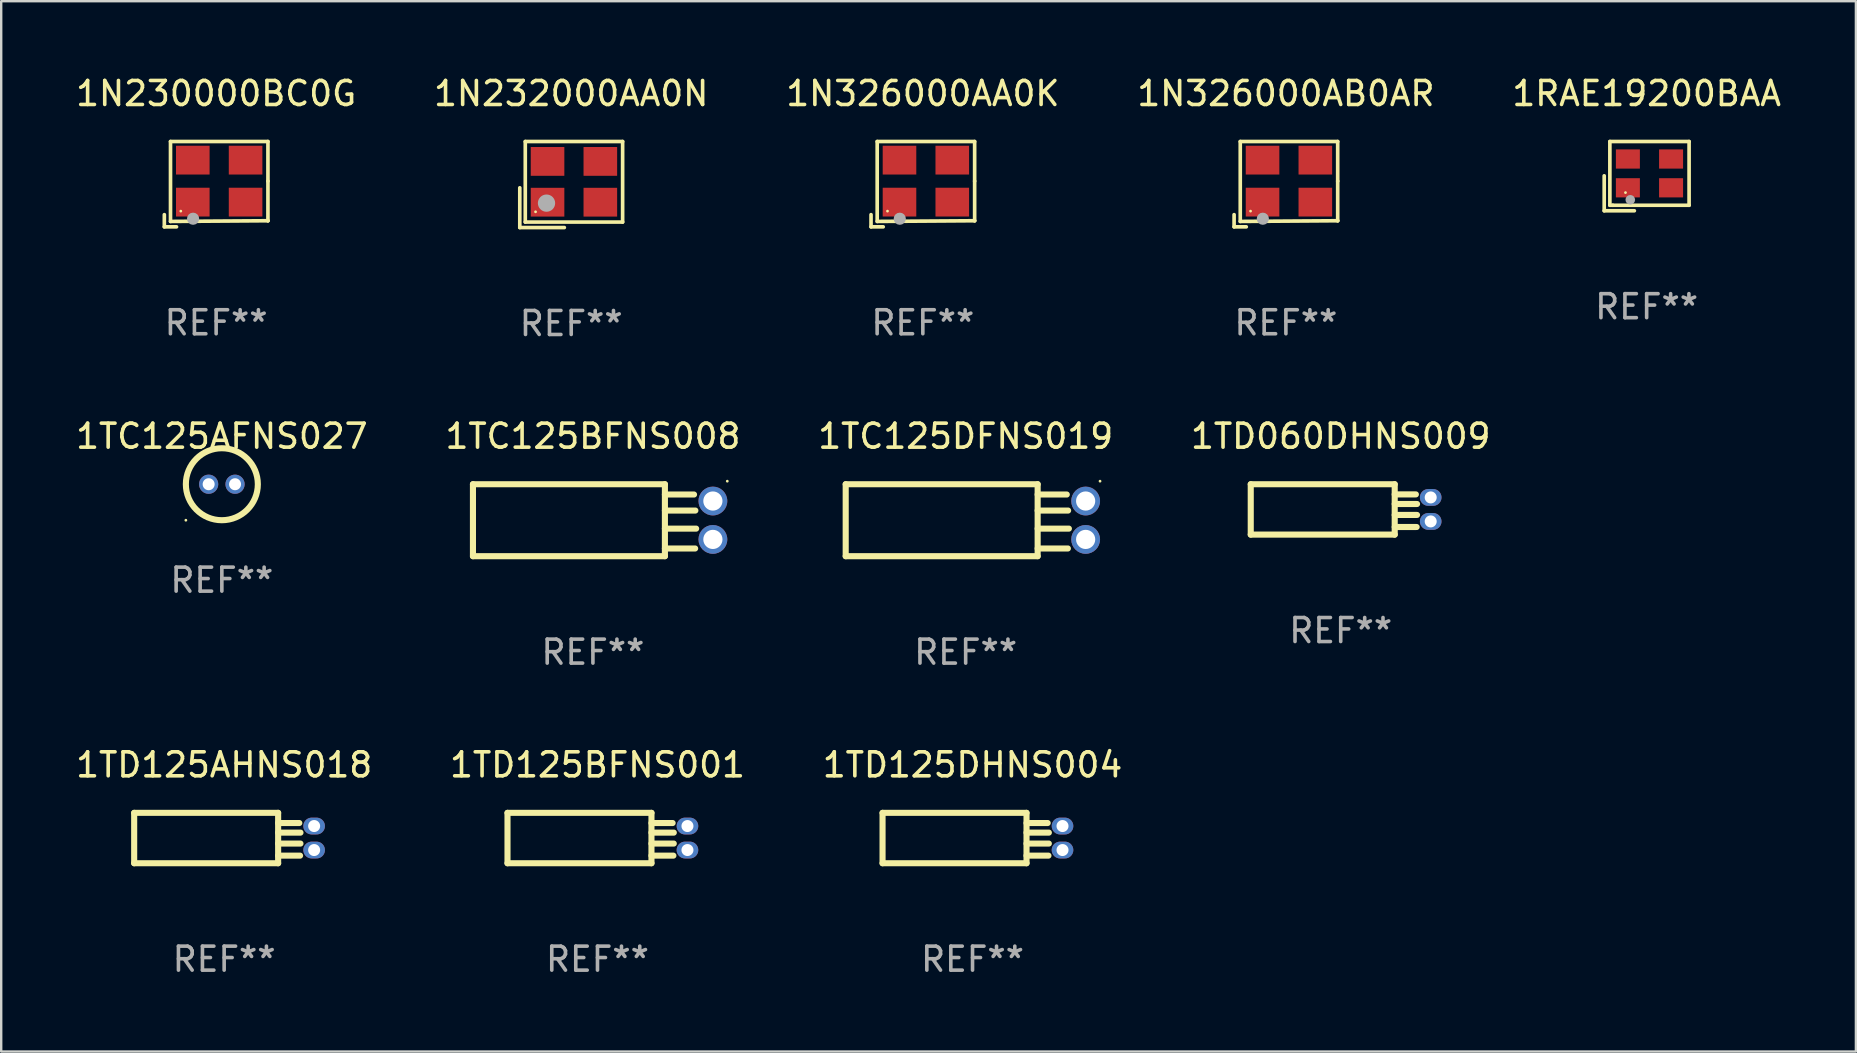
<source format=kicad_pcb>
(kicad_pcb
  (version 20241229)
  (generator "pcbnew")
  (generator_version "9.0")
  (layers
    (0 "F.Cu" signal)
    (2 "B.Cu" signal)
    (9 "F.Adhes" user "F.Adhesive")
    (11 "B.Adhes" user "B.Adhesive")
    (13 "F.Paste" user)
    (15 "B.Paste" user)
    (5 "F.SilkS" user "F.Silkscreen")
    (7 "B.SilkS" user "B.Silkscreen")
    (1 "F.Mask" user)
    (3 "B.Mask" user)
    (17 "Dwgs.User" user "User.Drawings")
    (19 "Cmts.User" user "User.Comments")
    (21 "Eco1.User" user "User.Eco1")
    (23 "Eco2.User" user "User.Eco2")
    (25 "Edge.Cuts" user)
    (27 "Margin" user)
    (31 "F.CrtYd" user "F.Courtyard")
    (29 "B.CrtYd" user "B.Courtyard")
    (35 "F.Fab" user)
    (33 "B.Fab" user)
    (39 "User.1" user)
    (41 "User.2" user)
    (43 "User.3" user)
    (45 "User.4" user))
  (footprint "1TD125BFNS001"
    (layer "F.Cu")
    (at 21.851 31.877)
    (property "Reference" "1TD125BFNS001" (at 0 -3.05 0) (layer "F.SilkS") (effects (font (size 1 1) (thickness 0.15))))
    (attr through_hole)
    (fp_line (start -3.75 -1.05) (end -3.75 1.05) (stroke (width 0.254) (type solid)) (layer "F.SilkS"))
    (fp_line (start 2.25 -1.05) (end -3.75 -1.05) (stroke (width 0.254) (type solid)) (layer "F.SilkS"))
    (fp_line (start 2.25 -1.05) (end 2.25 1.05) (stroke (width 0.254) (type solid)) (layer "F.SilkS"))
    (fp_line (start 2.25 -0.626) (end 3.132 -0.626) (stroke (width 0.254) (type solid)) (layer "F.SilkS"))
    (fp_line (start 2.25 -0.226) (end 3.181 -0.226) (stroke (width 0.254) (type solid)) (layer "F.SilkS"))
    (fp_line (start 2.25 0.23) (end 3.18 0.23) (stroke (width 0.254) (type solid)) (layer "F.SilkS"))
    (fp_line (start 2.25 0.733) (end 3.164 0.733) (stroke (width 0.254) (type solid)) (layer "F.SilkS"))
    (fp_line (start 2.25 1.05) (end -3.75 1.05) (stroke (width 0.254) (type solid)) (layer "F.SilkS"))
    (fp_circle (center -3.74 -0.98) (end -3.71 -0.98) (stroke (width 0.06) (type solid)) (fill no) (layer "F.SilkS"))
    (fp_text user "REF**" (at 0 5.05 0) (layer "F.Fab") (effects (font (size 1 1) (thickness 0.15))))
    (pad "1" thru_hole oval (at 3.75 -0.5) (size 0.9 0.7) (drill 0.5) (layers "*.Cu" "*.Mask"))
    (pad "2" thru_hole oval (at 3.75 0.5) (size 0.9 0.7) (drill 0.5) (layers "*.Cu" "*.Mask")))
  (footprint "1TC125AFNS027"
    (layer "F.Cu")
    (at 6.196 17.131)
    (property "Reference" "1TC125AFNS027" (at 0 -2 0) (layer "F.SilkS") (effects (font (size 1 1) (thickness 0.15))))
    (attr through_hole)
    (fp_circle (center -1.5 1.5) (end -1.47 1.5) (stroke (width 0.06) (type solid)) (fill no) (layer "F.SilkS"))
    (fp_circle (center 0 0) (end 1.5 0) (stroke (width 0.254) (type solid)) (fill no) (layer "F.SilkS"))
    (fp_text user "REF**" (at 0 4 0) (layer "F.Fab") (effects (font (size 1 1) (thickness 0.15))))
    (pad "1" thru_hole circle (at -0.55 0) (size 0.8 0.8) (drill 0.5) (layers "*.Cu" "*.Mask"))
    (pad "2" thru_hole circle (at 0.55 0) (size 0.8 0.8) (drill 0.5) (layers "*.Cu" "*.Mask")))
  (footprint "1N232000AA0N"
    (layer "F.Cu")
    (at 20.756 4.641)
    (property "Reference" "1N232000AA0N" (at 0 -3.793 0) (layer "F.SilkS") (effects (font (size 1 1) (thickness 0.15))))
    (attr through_hole)
    (fp_line (start -2.143 0.136) (end -2.143 1.793) (stroke (width 0.152) (type solid)) (layer "F.SilkS"))
    (fp_line (start -2.143 1.793) (end -0.286 1.793) (stroke (width 0.152) (type solid)) (layer "F.SilkS"))
    (fp_line (start -1.914 -1.793) (end 2.143 -1.793) (stroke (width 0.152) (type solid)) (layer "F.SilkS"))
    (fp_line (start -1.914 1.564) (end -1.914 -1.793) (stroke (width 0.152) (type solid)) (layer "F.SilkS"))
    (fp_line (start 2.143 -1.793) (end 2.143 1.564) (stroke (width 0.152) (type solid)) (layer "F.SilkS"))
    (fp_line (start 2.143 1.564) (end -1.914 1.564) (stroke (width 0.152) (type solid)) (layer "F.SilkS"))
    (fp_circle (center -1.486 1.136) (end -1.456 1.136) (stroke (width 0.06) (type solid)) (fill no) (layer "F.SilkS"))
    (fp_circle (center -1.029 0.775) (end -0.849 0.775) (stroke (width 0.36) (type solid)) (fill no) (layer "F.Fab"))
    (fp_text user "REF**" (at 0 5.793 0) (layer "F.Fab") (effects (font (size 1 1) (thickness 0.15))))
    (pad "1" smd rect (at -0.986 0.736) (size 1.4 1.2) (layers "F.Cu" "F.Mask" "F.Paste"))
    (pad "2" smd rect (at 1.214 0.736) (size 1.4 1.2) (layers "F.Cu" "F.Mask" "F.Paste"))
    (pad "3" smd rect (at 1.214 -0.964) (size 1.4 1.2) (layers "F.Cu" "F.Mask" "F.Paste"))
    (pad "4" smd rect (at -0.986 -0.964) (size 1.4 1.2) (layers "F.Cu" "F.Mask" "F.Paste")))
  (footprint "1N326000AA0K"
    (layer "F.Cu")
    (at 35.411 4.626)
    (property "Reference" "1N326000AA0K" (at 0 -3.778 0) (layer "F.SilkS") (effects (font (size 1 1) (thickness 0.15))))
    (attr through_hole)
    (fp_line (start -2.159 1.27) (end -2.159 1.778) (stroke (width 0.152) (type solid)) (layer "F.SilkS"))
    (fp_line (start -2.159 1.778) (end -1.651 1.778) (stroke (width 0.152) (type solid)) (layer "F.SilkS"))
    (fp_line (start -1.902 -1.778) (end 2.159 -1.778) (stroke (width 0.152) (type solid)) (layer "F.SilkS"))
    (fp_line (start -1.902 1.552) (end -1.902 -1.778) (stroke (width 0.152) (type solid)) (layer "F.SilkS"))
    (fp_line (start 2.159 -1.778) (end 2.159 -0.127) (stroke (width 0.152) (type solid)) (layer "F.SilkS"))
    (fp_line (start 2.159 -0.127) (end 2.159 1.524) (stroke (width 0.152) (type solid)) (layer "F.SilkS"))
    (fp_line (start 2.159 1.524) (end -1.902 1.552) (stroke (width 0.152) (type solid)) (layer "F.SilkS"))
    (fp_line (start 2.159 1.524) (end 2.159 1.524) (stroke (width 0.152) (type solid)) (layer "F.SilkS"))
    (fp_circle (center -1.473 1.123) (end -1.443 1.123) (stroke (width 0.06) (type solid)) (fill no) (layer "F.SilkS"))
    (fp_circle (center -0.961 1.44) (end -0.834 1.44) (stroke (width 0.254) (type solid)) (fill no) (layer "F.Fab"))
    (fp_text user "REF**" (at 0 5.778 0) (layer "F.Fab") (effects (font (size 1 1) (thickness 0.15))))
    (pad "1" smd rect (at -0.973 0.748) (size 1.4 1.2) (layers "F.Cu" "F.Mask" "F.Paste"))
    (pad "2" smd rect (at 1.227 0.748) (size 1.4 1.2) (layers "F.Cu" "F.Mask" "F.Paste"))
    (pad "3" smd rect (at 1.227 -1.002) (size 1.4 1.2) (layers "F.Cu" "F.Mask" "F.Paste"))
    (pad "4" smd rect (at -0.973 -1.002) (size 1.4 1.2) (layers "F.Cu" "F.Mask" "F.Paste")))
  (footprint "1TC125BFNS008"
    (layer "F.Cu")
    (at 21.661 18.631)
    (property "Reference" "1TC125BFNS008" (at 0 -3.5 0) (layer "F.SilkS") (effects (font (size 1 1) (thickness 0.15))))
    (attr through_hole)
    (fp_line (start -5 -1.5) (end -5 1.5) (stroke (width 0.254) (type solid)) (layer "F.SilkS"))
    (fp_line (start 3 -1.5) (end -5 -1.5) (stroke (width 0.254) (type solid)) (layer "F.SilkS"))
    (fp_line (start 3 -1.5) (end 3 1.5) (stroke (width 0.254) (type solid)) (layer "F.SilkS"))
    (fp_line (start 3 -1.071) (end 4.214 -1.071) (stroke (width 0.254) (type solid)) (layer "F.SilkS"))
    (fp_line (start 3 -0.403) (end 4.27 -0.403) (stroke (width 0.254) (type solid)) (layer "F.SilkS"))
    (fp_line (start 3 0.35) (end 4.302 0.35) (stroke (width 0.254) (type solid)) (layer "F.SilkS"))
    (fp_line (start 3 1.178) (end 4.26 1.178) (stroke (width 0.254) (type solid)) (layer "F.SilkS"))
    (fp_line (start 3 1.5) (end -5 1.5) (stroke (width 0.254) (type solid)) (layer "F.SilkS"))
    (fp_circle (center 5.6 -1.627) (end 5.63 -1.627) (stroke (width 0.06) (type solid)) (fill no) (layer "F.SilkS"))
    (fp_text user "REF**" (at 0 5.5 0) (layer "F.Fab") (effects (font (size 1 1) (thickness 0.15))))
    (pad "1" thru_hole circle (at 5 -0.8) (size 1.2 1.2) (drill 0.8) (layers "*.Cu" "*.Mask"))
    (pad "2" thru_hole circle (at 5 0.8) (size 1.2 1.2) (drill 0.8) (layers "*.Cu" "*.Mask")))
  (footprint "1TD060DHNS009"
    (layer "F.Cu")
    (at 52.827 18.181)
    (property "Reference" "1TD060DHNS009" (at 0 -3.05 0) (layer "F.SilkS") (effects (font (size 1 1) (thickness 0.15))))
    (attr through_hole)
    (fp_line (start -3.75 -1.05) (end -3.75 1.05) (stroke (width 0.254) (type solid)) (layer "F.SilkS"))
    (fp_line (start 2.25 -1.05) (end -3.75 -1.05) (stroke (width 0.254) (type solid)) (layer "F.SilkS"))
    (fp_line (start 2.25 -1.05) (end 2.25 1.05) (stroke (width 0.254) (type solid)) (layer "F.SilkS"))
    (fp_line (start 2.25 -0.626) (end 3.132 -0.626) (stroke (width 0.254) (type solid)) (layer "F.SilkS"))
    (fp_line (start 2.25 -0.226) (end 3.181 -0.226) (stroke (width 0.254) (type solid)) (layer "F.SilkS"))
    (fp_line (start 2.25 0.23) (end 3.18 0.23) (stroke (width 0.254) (type solid)) (layer "F.SilkS"))
    (fp_line (start 2.25 0.733) (end 3.164 0.733) (stroke (width 0.254) (type solid)) (layer "F.SilkS"))
    (fp_line (start 2.25 1.05) (end -3.75 1.05) (stroke (width 0.254) (type solid)) (layer "F.SilkS"))
    (fp_circle (center -3.74 -0.98) (end -3.71 -0.98) (stroke (width 0.06) (type solid)) (fill no) (layer "F.SilkS"))
    (fp_text user "REF**" (at 0 5.05 0) (layer "F.Fab") (effects (font (size 1 1) (thickness 0.15))))
    (pad "1" thru_hole oval (at 3.75 -0.5) (size 0.9 0.7) (drill 0.5) (layers "*.Cu" "*.Mask"))
    (pad "2" thru_hole oval (at 3.75 0.5) (size 0.9 0.7) (drill 0.5) (layers "*.Cu" "*.Mask")))
  (footprint "1RAE19200BAA"
    (layer "F.Cu")
    (at 65.577 4.291)
    (property "Reference" "1RAE19200BAA" (at 0 -3.443 0) (layer "F.SilkS") (effects (font (size 1 1) (thickness 0.15))))
    (attr through_hole)
    (fp_line (start -1.769 -0.014) (end -1.769 1.443) (stroke (width 0.152) (type solid)) (layer "F.SilkS"))
    (fp_line (start -1.769 1.443) (end -0.512 1.443) (stroke (width 0.152) (type solid)) (layer "F.SilkS"))
    (fp_line (start -1.533 -1.443) (end 1.769 -1.443) (stroke (width 0.152) (type solid)) (layer "F.SilkS"))
    (fp_line (start -1.533 1.214) (end -1.533 -1.443) (stroke (width 0.152) (type solid)) (layer "F.SilkS"))
    (fp_line (start -1.411 1.214) (end -1.533 1.214) (stroke (width 0.152) (type solid)) (layer "F.SilkS"))
    (fp_line (start 1.769 -1.443) (end 1.769 1.214) (stroke (width 0.152) (type solid)) (layer "F.SilkS"))
    (fp_line (start 1.769 1.214) (end -1.411 1.214) (stroke (width 0.152) (type solid)) (layer "F.SilkS"))
    (fp_circle (center -0.882 0.686) (end -0.852 0.686) (stroke (width 0.06) (type solid)) (fill no) (layer "F.SilkS"))
    (fp_circle (center -0.682 0.986) (end -0.582 0.986) (stroke (width 0.2) (type solid)) (fill no) (layer "F.Fab"))
    (fp_text user "REF**" (at 0 5.443 0) (layer "F.Fab") (effects (font (size 1 1) (thickness 0.15))))
    (pad "1" smd rect (at -0.782 0.486 90) (size 0.8 1) (layers "F.Cu" "F.Mask" "F.Paste"))
    (pad "2" smd rect (at 1.018 0.486 90) (size 0.8 1) (layers "F.Cu" "F.Mask" "F.Paste"))
    (pad "3" smd rect (at 1.018 -0.714 90) (size 0.8 1) (layers "F.Cu" "F.Mask" "F.Paste"))
    (pad "4" smd rect (at -0.782 -0.714 90) (size 0.8 1) (layers "F.Cu" "F.Mask" "F.Paste")))
  (footprint "1TC125DFNS019"
    (layer "F.Cu")
    (at 37.196 18.631)
    (property "Reference" "1TC125DFNS019" (at 0 -3.5 0) (layer "F.SilkS") (effects (font (size 1 1) (thickness 0.15))))
    (attr through_hole)
    (fp_line (start -5 -1.5) (end -5 1.5) (stroke (width 0.254) (type solid)) (layer "F.SilkS"))
    (fp_line (start 3 -1.5) (end -5 -1.5) (stroke (width 0.254) (type solid)) (layer "F.SilkS"))
    (fp_line (start 3 -1.5) (end 3 1.5) (stroke (width 0.254) (type solid)) (layer "F.SilkS"))
    (fp_line (start 3 -1.071) (end 4.214 -1.071) (stroke (width 0.254) (type solid)) (layer "F.SilkS"))
    (fp_line (start 3 -0.403) (end 4.27 -0.403) (stroke (width 0.254) (type solid)) (layer "F.SilkS"))
    (fp_line (start 3 0.35) (end 4.302 0.35) (stroke (width 0.254) (type solid)) (layer "F.SilkS"))
    (fp_line (start 3 1.178) (end 4.26 1.178) (stroke (width 0.254) (type solid)) (layer "F.SilkS"))
    (fp_line (start 3 1.5) (end -5 1.5) (stroke (width 0.254) (type solid)) (layer "F.SilkS"))
    (fp_circle (center 5.6 -1.627) (end 5.63 -1.627) (stroke (width 0.06) (type solid)) (fill no) (layer "F.SilkS"))
    (fp_text user "REF**" (at 0 5.5 0) (layer "F.Fab") (effects (font (size 1 1) (thickness 0.15))))
    (pad "1" thru_hole circle (at 5 -0.8) (size 1.2 1.2) (drill 0.8) (layers "*.Cu" "*.Mask"))
    (pad "2" thru_hole circle (at 5 0.8) (size 1.2 1.2) (drill 0.8) (layers "*.Cu" "*.Mask")))
  (footprint "1TD125AHNS018"
    (layer "F.Cu")
    (at 6.292 31.877)
    (property "Reference" "1TD125AHNS018" (at 0 -3.05 0) (layer "F.SilkS") (effects (font (size 1 1) (thickness 0.15))))
    (attr through_hole)
    (fp_line (start -3.75 -1.05) (end -3.75 1.05) (stroke (width 0.254) (type solid)) (layer "F.SilkS"))
    (fp_line (start 2.25 -1.05) (end -3.75 -1.05) (stroke (width 0.254) (type solid)) (layer "F.SilkS"))
    (fp_line (start 2.25 -1.05) (end 2.25 1.05) (stroke (width 0.254) (type solid)) (layer "F.SilkS"))
    (fp_line (start 2.25 -0.626) (end 3.132 -0.626) (stroke (width 0.254) (type solid)) (layer "F.SilkS"))
    (fp_line (start 2.25 -0.226) (end 3.181 -0.226) (stroke (width 0.254) (type solid)) (layer "F.SilkS"))
    (fp_line (start 2.25 0.23) (end 3.18 0.23) (stroke (width 0.254) (type solid)) (layer "F.SilkS"))
    (fp_line (start 2.25 0.733) (end 3.164 0.733) (stroke (width 0.254) (type solid)) (layer "F.SilkS"))
    (fp_line (start 2.25 1.05) (end -3.75 1.05) (stroke (width 0.254) (type solid)) (layer "F.SilkS"))
    (fp_circle (center -3.74 -0.98) (end -3.71 -0.98) (stroke (width 0.06) (type solid)) (fill no) (layer "F.SilkS"))
    (fp_text user "REF**" (at 0 5.05 0) (layer "F.Fab") (effects (font (size 1 1) (thickness 0.15))))
    (pad "1" thru_hole oval (at 3.75 -0.5) (size 0.9 0.7) (drill 0.5) (layers "*.Cu" "*.Mask"))
    (pad "2" thru_hole oval (at 3.75 0.5) (size 0.9 0.7) (drill 0.5) (layers "*.Cu" "*.Mask")))
  (footprint "1N230000BC0G"
    (layer "F.Cu")
    (at 5.958 4.626)
    (property "Reference" "1N230000BC0G" (at 0 -3.778 0) (layer "F.SilkS") (effects (font (size 1 1) (thickness 0.15))))
    (attr through_hole)
    (fp_line (start -2.159 1.27) (end -2.159 1.778) (stroke (width 0.152) (type solid)) (layer "F.SilkS"))
    (fp_line (start -2.159 1.778) (end -1.651 1.778) (stroke (width 0.152) (type solid)) (layer "F.SilkS"))
    (fp_line (start -1.902 -1.778) (end 2.159 -1.778) (stroke (width 0.152) (type solid)) (layer "F.SilkS"))
    (fp_line (start -1.902 1.552) (end -1.902 -1.778) (stroke (width 0.152) (type solid)) (layer "F.SilkS"))
    (fp_line (start 2.159 -1.778) (end 2.159 -0.127) (stroke (width 0.152) (type solid)) (layer "F.SilkS"))
    (fp_line (start 2.159 -0.127) (end 2.159 1.524) (stroke (width 0.152) (type solid)) (layer "F.SilkS"))
    (fp_line (start 2.159 1.524) (end -1.902 1.552) (stroke (width 0.152) (type solid)) (layer "F.SilkS"))
    (fp_line (start 2.159 1.524) (end 2.159 1.524) (stroke (width 0.152) (type solid)) (layer "F.SilkS"))
    (fp_circle (center -1.473 1.123) (end -1.443 1.123) (stroke (width 0.06) (type solid)) (fill no) (layer "F.SilkS"))
    (fp_circle (center -0.961 1.44) (end -0.834 1.44) (stroke (width 0.254) (type solid)) (fill no) (layer "F.Fab"))
    (fp_text user "REF**" (at 0 5.778 0) (layer "F.Fab") (effects (font (size 1 1) (thickness 0.15))))
    (pad "1" smd rect (at -0.973 0.748) (size 1.4 1.2) (layers "F.Cu" "F.Mask" "F.Paste"))
    (pad "2" smd rect (at 1.227 0.748) (size 1.4 1.2) (layers "F.Cu" "F.Mask" "F.Paste"))
    (pad "3" smd rect (at 1.227 -1.002) (size 1.4 1.2) (layers "F.Cu" "F.Mask" "F.Paste"))
    (pad "4" smd rect (at -0.973 -1.002) (size 1.4 1.2) (layers "F.Cu" "F.Mask" "F.Paste")))
  (footprint "1N326000AB0AR"
    (layer "F.Cu")
    (at 50.542 4.626)
    (property "Reference" "1N326000AB0AR" (at 0 -3.778 0) (layer "F.SilkS") (effects (font (size 1 1) (thickness 0.15))))
    (attr through_hole)
    (fp_line (start -2.159 1.27) (end -2.159 1.778) (stroke (width 0.152) (type solid)) (layer "F.SilkS"))
    (fp_line (start -2.159 1.778) (end -1.651 1.778) (stroke (width 0.152) (type solid)) (layer "F.SilkS"))
    (fp_line (start -1.902 -1.778) (end 2.159 -1.778) (stroke (width 0.152) (type solid)) (layer "F.SilkS"))
    (fp_line (start -1.902 1.552) (end -1.902 -1.778) (stroke (width 0.152) (type solid)) (layer "F.SilkS"))
    (fp_line (start 2.159 -1.778) (end 2.159 -0.127) (stroke (width 0.152) (type solid)) (layer "F.SilkS"))
    (fp_line (start 2.159 -0.127) (end 2.159 1.524) (stroke (width 0.152) (type solid)) (layer "F.SilkS"))
    (fp_line (start 2.159 1.524) (end -1.902 1.552) (stroke (width 0.152) (type solid)) (layer "F.SilkS"))
    (fp_line (start 2.159 1.524) (end 2.159 1.524) (stroke (width 0.152) (type solid)) (layer "F.SilkS"))
    (fp_circle (center -1.473 1.123) (end -1.443 1.123) (stroke (width 0.06) (type solid)) (fill no) (layer "F.SilkS"))
    (fp_circle (center -0.961 1.44) (end -0.834 1.44) (stroke (width 0.254) (type solid)) (fill no) (layer "F.Fab"))
    (fp_text user "REF**" (at 0 5.778 0) (layer "F.Fab") (effects (font (size 1 1) (thickness 0.15))))
    (pad "1" smd rect (at -0.973 0.748) (size 1.4 1.2) (layers "F.Cu" "F.Mask" "F.Paste"))
    (pad "2" smd rect (at 1.227 0.748) (size 1.4 1.2) (layers "F.Cu" "F.Mask" "F.Paste"))
    (pad "3" smd rect (at 1.227 -1.002) (size 1.4 1.2) (layers "F.Cu" "F.Mask" "F.Paste"))
    (pad "4" smd rect (at -0.973 -1.002) (size 1.4 1.2) (layers "F.Cu" "F.Mask" "F.Paste")))
  (footprint "1TD125DHNS004"
    (layer "F.Cu")
    (at 37.482 31.877)
    (property "Reference" "1TD125DHNS004" (at 0 -3.05 0) (layer "F.SilkS") (effects (font (size 1 1) (thickness 0.15))))
    (attr through_hole)
    (fp_line (start -3.75 -1.05) (end -3.75 1.05) (stroke (width 0.254) (type solid)) (layer "F.SilkS"))
    (fp_line (start 2.25 -1.05) (end -3.75 -1.05) (stroke (width 0.254) (type solid)) (layer "F.SilkS"))
    (fp_line (start 2.25 -1.05) (end 2.25 1.05) (stroke (width 0.254) (type solid)) (layer "F.SilkS"))
    (fp_line (start 2.25 -0.626) (end 3.132 -0.626) (stroke (width 0.254) (type solid)) (layer "F.SilkS"))
    (fp_line (start 2.25 -0.226) (end 3.181 -0.226) (stroke (width 0.254) (type solid)) (layer "F.SilkS"))
    (fp_line (start 2.25 0.23) (end 3.18 0.23) (stroke (width 0.254) (type solid)) (layer "F.SilkS"))
    (fp_line (start 2.25 0.733) (end 3.164 0.733) (stroke (width 0.254) (type solid)) (layer "F.SilkS"))
    (fp_line (start 2.25 1.05) (end -3.75 1.05) (stroke (width 0.254) (type solid)) (layer "F.SilkS"))
    (fp_circle (center -3.74 -0.98) (end -3.71 -0.98) (stroke (width 0.06) (type solid)) (fill no) (layer "F.SilkS"))
    (fp_text user "REF**" (at 0 5.05 0) (layer "F.Fab") (effects (font (size 1 1) (thickness 0.15))))
    (pad "1" thru_hole oval (at 3.75 -0.5) (size 0.9 0.7) (drill 0.5) (layers "*.Cu" "*.Mask"))
    (pad "2" thru_hole oval (at 3.75 0.5) (size 0.9 0.7) (drill 0.5) (layers "*.Cu" "*.Mask")))
  (gr_rect
    (start -3 -3)
    (end 74.298 40.775)
    (stroke (width 0.1) (type default))
    (fill no)
    (layer "Edge.Cuts")))
</source>
